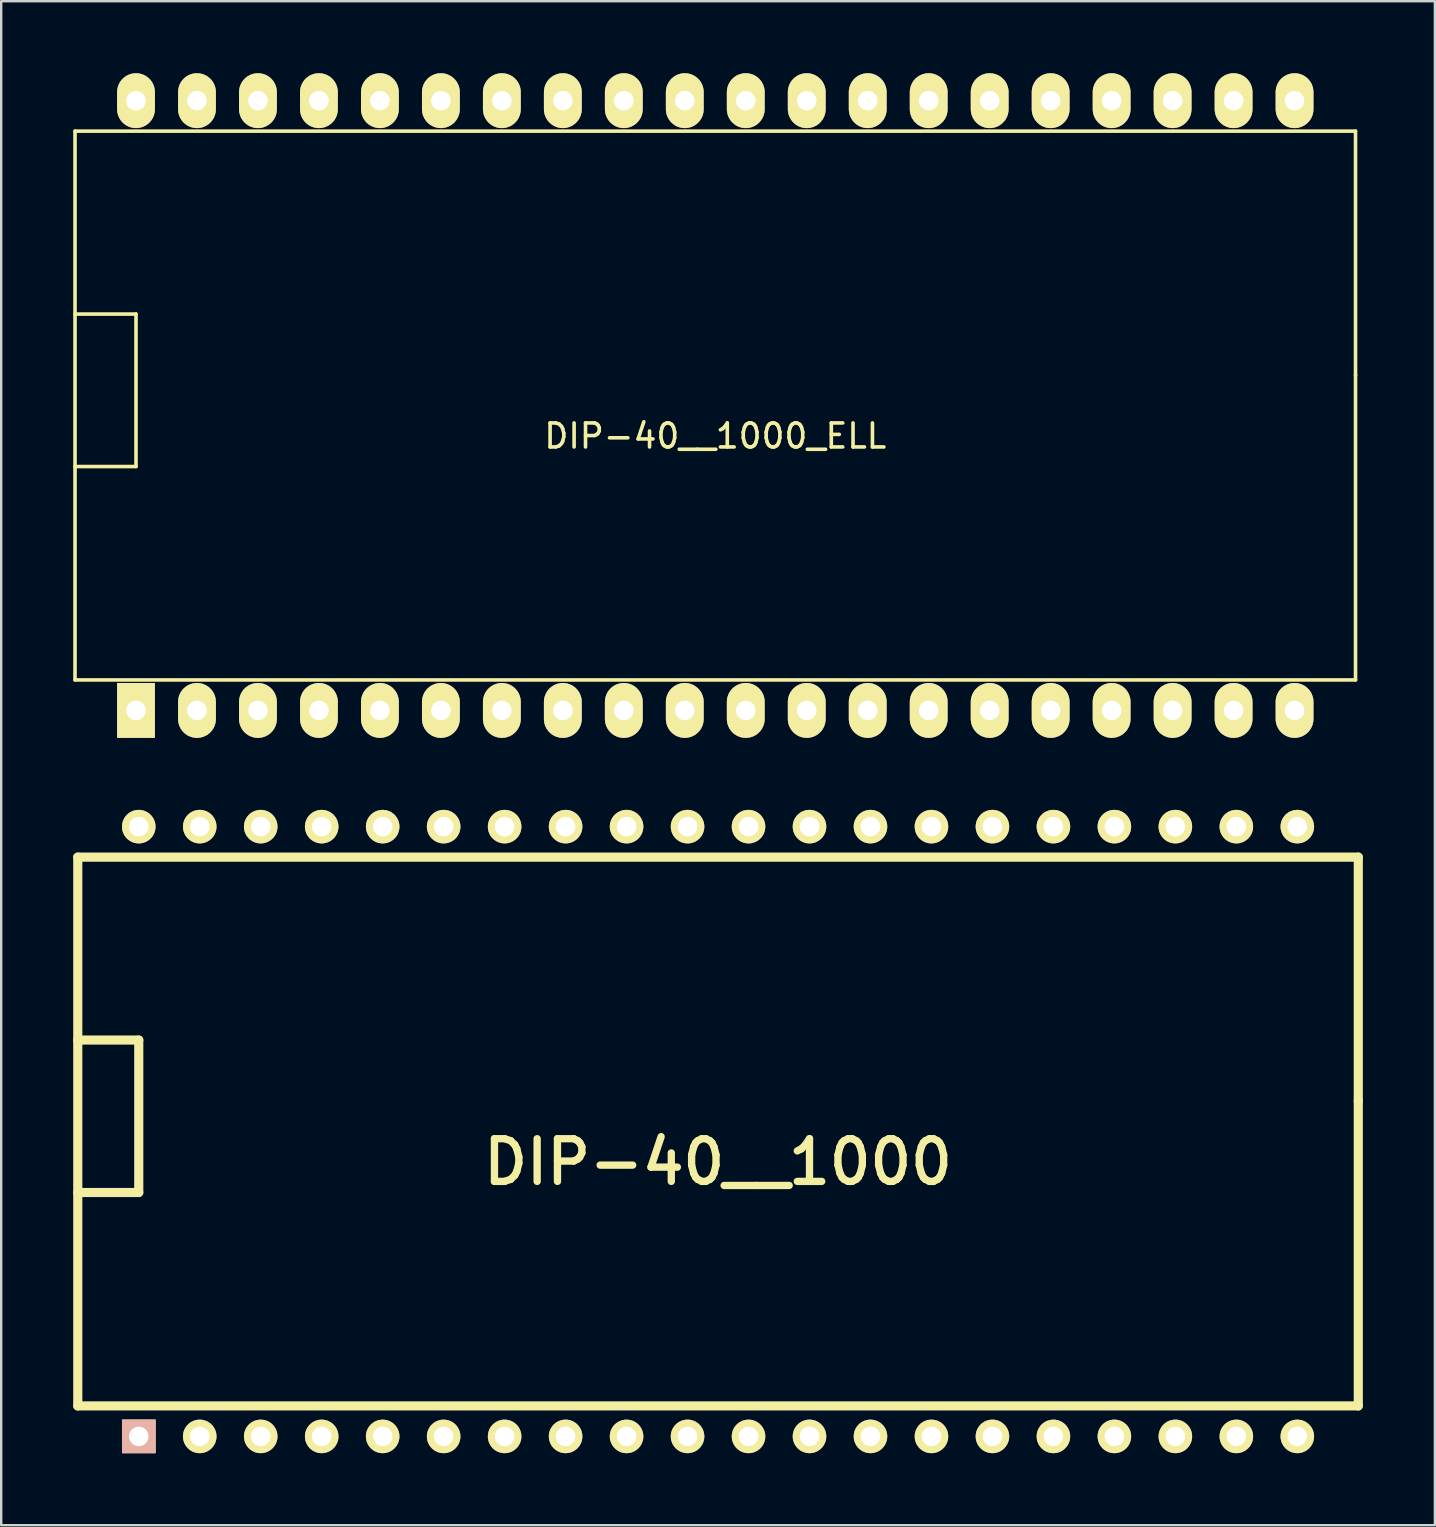
<source format=kicad_pcb>
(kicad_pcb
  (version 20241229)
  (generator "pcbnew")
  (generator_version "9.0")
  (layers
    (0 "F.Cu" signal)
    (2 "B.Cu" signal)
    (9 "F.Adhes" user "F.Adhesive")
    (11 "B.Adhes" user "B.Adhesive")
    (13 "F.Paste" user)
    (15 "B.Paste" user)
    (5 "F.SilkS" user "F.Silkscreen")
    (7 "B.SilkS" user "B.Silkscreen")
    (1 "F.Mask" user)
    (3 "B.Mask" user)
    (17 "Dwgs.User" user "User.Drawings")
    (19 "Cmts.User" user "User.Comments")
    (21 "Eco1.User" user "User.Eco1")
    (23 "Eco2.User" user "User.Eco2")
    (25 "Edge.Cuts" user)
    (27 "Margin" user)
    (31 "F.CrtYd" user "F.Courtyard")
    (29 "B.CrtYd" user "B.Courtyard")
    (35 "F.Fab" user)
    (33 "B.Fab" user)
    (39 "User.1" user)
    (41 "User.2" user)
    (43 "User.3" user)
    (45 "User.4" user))
  (footprint "DIP-40__1000_ELL"
    (layer "F.Cu")
    (at 26.745 13.843)
    (property "Reference" "DIP-40__1000_ELL" (at 0 1.27 0) (layer "F.SilkS") (effects (font (size 1 1) (thickness 0.15))))
    (attr through_hole)
    (fp_line (start -26.67 2.54) (end -24.13 2.54) (stroke (width 0.15) (type solid)) (layer "F.SilkS"))
    (fp_line (start -26.67 11.43) (end -26.67 -11.43) (stroke (width 0.15) (type solid)) (layer "F.SilkS"))
    (fp_line (start -24.13 -3.81) (end -26.67 -3.81) (stroke (width 0.15) (type solid)) (layer "F.SilkS"))
    (fp_line (start -24.13 2.54) (end -24.13 -3.81) (stroke (width 0.15) (type solid)) (layer "F.SilkS"))
    (fp_line (start 26.67 -11.43) (end -26.67 -11.43) (stroke (width 0.15) (type solid)) (layer "F.SilkS"))
    (fp_line (start 26.67 -1.27) (end 26.67 -11.43) (stroke (width 0.15) (type solid)) (layer "F.SilkS"))
    (fp_line (start 26.67 -1.27) (end 26.67 11.43) (stroke (width 0.15) (type solid)) (layer "F.SilkS"))
    (fp_line (start 26.67 11.43) (end -26.67 11.43) (stroke (width 0.15) (type solid)) (layer "F.SilkS"))
    (pad "1" thru_hole rect (at -24.13 12.7) (size 1.575 2.286) (drill 0.813) (layers "*.Cu" "*.Mask" "F.SilkS"))
    (pad "2" thru_hole oval (at -21.59 12.7) (size 1.575 2.286) (drill 0.813) (layers "*.Cu" "*.Mask" "F.SilkS"))
    (pad "3" thru_hole oval (at -19.05 12.7) (size 1.575 2.286) (drill 0.813) (layers "*.Cu" "*.Mask" "F.SilkS"))
    (pad "4" thru_hole oval (at -16.51 12.7) (size 1.575 2.286) (drill 0.813) (layers "*.Cu" "*.Mask" "F.SilkS"))
    (pad "5" thru_hole oval (at -13.97 12.7) (size 1.575 2.286) (drill 0.813) (layers "*.Cu" "*.Mask" "F.SilkS"))
    (pad "6" thru_hole oval (at -11.43 12.7) (size 1.575 2.286) (drill 0.813) (layers "*.Cu" "*.Mask" "F.SilkS"))
    (pad "7" thru_hole oval (at -8.89 12.7) (size 1.575 2.286) (drill 0.813) (layers "*.Cu" "*.Mask" "F.SilkS"))
    (pad "8" thru_hole oval (at -6.35 12.7) (size 1.575 2.286) (drill 0.813) (layers "*.Cu" "*.Mask" "F.SilkS"))
    (pad "9" thru_hole oval (at -3.81 12.7) (size 1.575 2.286) (drill 0.813) (layers "*.Cu" "*.Mask" "F.SilkS"))
    (pad "10" thru_hole oval (at -1.27 12.7) (size 1.575 2.286) (drill 0.813) (layers "*.Cu" "*.Mask" "F.SilkS"))
    (pad "11" thru_hole oval (at 1.27 12.7) (size 1.575 2.286) (drill 0.813) (layers "*.Cu" "*.Mask" "F.SilkS"))
    (pad "12" thru_hole oval (at 3.81 12.7) (size 1.575 2.286) (drill 0.813) (layers "*.Cu" "*.Mask" "F.SilkS"))
    (pad "13" thru_hole oval (at 6.35 12.7) (size 1.575 2.286) (drill 0.813) (layers "*.Cu" "*.Mask" "F.SilkS"))
    (pad "14" thru_hole oval (at 8.89 12.7) (size 1.575 2.286) (drill 0.813) (layers "*.Cu" "*.Mask" "F.SilkS"))
    (pad "15" thru_hole oval (at 11.43 12.7) (size 1.575 2.286) (drill 0.813) (layers "*.Cu" "*.Mask" "F.SilkS"))
    (pad "16" thru_hole oval (at 13.97 12.7) (size 1.575 2.286) (drill 0.813) (layers "*.Cu" "*.Mask" "F.SilkS"))
    (pad "17" thru_hole oval (at 16.51 12.7) (size 1.575 2.286) (drill 0.813) (layers "*.Cu" "*.Mask" "F.SilkS"))
    (pad "18" thru_hole oval (at 19.05 12.7) (size 1.575 2.286) (drill 0.813) (layers "*.Cu" "*.Mask" "F.SilkS"))
    (pad "19" thru_hole oval (at 21.59 12.7) (size 1.575 2.286) (drill 0.813) (layers "*.Cu" "*.Mask" "F.SilkS"))
    (pad "20" thru_hole oval (at 24.13 12.7) (size 1.575 2.286) (drill 0.813) (layers "*.Cu" "*.Mask" "F.SilkS"))
    (pad "21" thru_hole oval (at 24.13 -12.7) (size 1.575 2.286) (drill 0.813) (layers "*.Cu" "*.Mask" "F.SilkS"))
    (pad "22" thru_hole oval (at 21.59 -12.7) (size 1.575 2.286) (drill 0.813) (layers "*.Cu" "*.Mask" "F.SilkS"))
    (pad "23" thru_hole oval (at 19.05 -12.7) (size 1.575 2.286) (drill 0.813) (layers "*.Cu" "*.Mask" "F.SilkS"))
    (pad "24" thru_hole oval (at 16.51 -12.7) (size 1.575 2.286) (drill 0.813) (layers "*.Cu" "*.Mask" "F.SilkS"))
    (pad "25" thru_hole oval (at 13.97 -12.7) (size 1.575 2.286) (drill 0.813) (layers "*.Cu" "*.Mask" "F.SilkS"))
    (pad "26" thru_hole oval (at 11.43 -12.7) (size 1.575 2.286) (drill 0.813) (layers "*.Cu" "*.Mask" "F.SilkS"))
    (pad "27" thru_hole oval (at 8.89 -12.7) (size 1.575 2.286) (drill 0.813) (layers "*.Cu" "*.Mask" "F.SilkS"))
    (pad "28" thru_hole oval (at 6.35 -12.7) (size 1.575 2.286) (drill 0.813) (layers "*.Cu" "*.Mask" "F.SilkS"))
    (pad "29" thru_hole oval (at 3.81 -12.7) (size 1.575 2.286) (drill 0.813) (layers "*.Cu" "*.Mask" "F.SilkS"))
    (pad "30" thru_hole oval (at 1.27 -12.7) (size 1.575 2.286) (drill 0.813) (layers "*.Cu" "*.Mask" "F.SilkS"))
    (pad "31" thru_hole oval (at -1.27 -12.7) (size 1.575 2.286) (drill 0.813) (layers "*.Cu" "*.Mask" "F.SilkS"))
    (pad "32" thru_hole oval (at -3.81 -12.7) (size 1.575 2.286) (drill 0.813) (layers "*.Cu" "*.Mask" "F.SilkS"))
    (pad "33" thru_hole oval (at -6.35 -12.7) (size 1.575 2.286) (drill 0.813) (layers "*.Cu" "*.Mask" "F.SilkS"))
    (pad "34" thru_hole oval (at -8.89 -12.7) (size 1.575 2.286) (drill 0.813) (layers "*.Cu" "*.Mask" "F.SilkS"))
    (pad "35" thru_hole oval (at -11.43 -12.7) (size 1.575 2.286) (drill 0.813) (layers "*.Cu" "*.Mask" "F.SilkS"))
    (pad "36" thru_hole oval (at -13.97 -12.7) (size 1.575 2.286) (drill 0.813) (layers "*.Cu" "*.Mask" "F.SilkS"))
    (pad "37" thru_hole oval (at -16.51 -12.7) (size 1.575 2.286) (drill 0.813) (layers "*.Cu" "*.Mask" "F.SilkS"))
    (pad "38" thru_hole oval (at -19.05 -12.7) (size 1.575 2.286) (drill 0.813) (layers "*.Cu" "*.Mask" "F.SilkS"))
    (pad "39" thru_hole oval (at -21.59 -12.7) (size 1.575 2.286) (drill 0.813) (layers "*.Cu" "*.Mask" "F.SilkS"))
    (pad "40" thru_hole oval (at -24.13 -12.7) (size 1.575 2.286) (drill 0.813) (layers "*.Cu" "*.Mask" "F.SilkS")))
  (footprint "DIP-40__1000"
    (layer "F.Cu")
    (at 26.86 44.084)
    (property "Reference" "DIP-40__1000" (at 0 1.27 0) (layer "F.SilkS") (effects (font (size 1.778 1.778) (thickness 0.305))))
    (attr through_hole)
    (fp_line (start -26.67 2.54) (end -24.13 2.54) (stroke (width 0.381) (type solid)) (layer "F.SilkS"))
    (fp_line (start -26.67 11.43) (end -26.67 -11.43) (stroke (width 0.381) (type solid)) (layer "F.SilkS"))
    (fp_line (start -24.13 -3.81) (end -26.67 -3.81) (stroke (width 0.381) (type solid)) (layer "F.SilkS"))
    (fp_line (start -24.13 2.54) (end -24.13 -3.81) (stroke (width 0.381) (type solid)) (layer "F.SilkS"))
    (fp_line (start 26.67 -11.43) (end -26.67 -11.43) (stroke (width 0.381) (type solid)) (layer "F.SilkS"))
    (fp_line (start 26.67 -1.27) (end 26.67 -11.43) (stroke (width 0.381) (type solid)) (layer "F.SilkS"))
    (fp_line (start 26.67 -1.27) (end 26.67 11.43) (stroke (width 0.381) (type solid)) (layer "F.SilkS"))
    (fp_line (start 26.67 11.43) (end -26.67 11.43) (stroke (width 0.381) (type solid)) (layer "F.SilkS"))
    (pad "1" thru_hole rect (at -24.13 12.7) (size 1.397 1.397) (drill 0.813) (layers "*.Cu" "*.SilkS" "*.Mask"))
    (pad "2" thru_hole circle (at -21.59 12.7) (size 1.397 1.397) (drill 0.813) (layers "*.Cu" "*.Mask" "F.SilkS"))
    (pad "3" thru_hole circle (at -19.05 12.7) (size 1.397 1.397) (drill 0.813) (layers "*.Cu" "*.Mask" "F.SilkS"))
    (pad "4" thru_hole circle (at -16.51 12.7) (size 1.397 1.397) (drill 0.813) (layers "*.Cu" "*.Mask" "F.SilkS"))
    (pad "5" thru_hole circle (at -13.97 12.7) (size 1.397 1.397) (drill 0.813) (layers "*.Cu" "*.Mask" "F.SilkS"))
    (pad "6" thru_hole circle (at -11.43 12.7) (size 1.397 1.397) (drill 0.813) (layers "*.Cu" "*.Mask" "F.SilkS"))
    (pad "7" thru_hole circle (at -8.89 12.7) (size 1.397 1.397) (drill 0.813) (layers "*.Cu" "*.Mask" "F.SilkS"))
    (pad "8" thru_hole circle (at -6.35 12.7) (size 1.397 1.397) (drill 0.813) (layers "*.Cu" "*.Mask" "F.SilkS"))
    (pad "9" thru_hole circle (at -3.81 12.7) (size 1.397 1.397) (drill 0.813) (layers "*.Cu" "*.Mask" "F.SilkS"))
    (pad "10" thru_hole circle (at -1.27 12.7) (size 1.397 1.397) (drill 0.813) (layers "*.Cu" "*.Mask" "F.SilkS"))
    (pad "11" thru_hole circle (at 1.27 12.7) (size 1.397 1.397) (drill 0.813) (layers "*.Cu" "*.Mask" "F.SilkS"))
    (pad "12" thru_hole circle (at 3.81 12.7) (size 1.397 1.397) (drill 0.813) (layers "*.Cu" "*.Mask" "F.SilkS"))
    (pad "13" thru_hole circle (at 6.35 12.7) (size 1.397 1.397) (drill 0.813) (layers "*.Cu" "*.Mask" "F.SilkS"))
    (pad "14" thru_hole circle (at 8.89 12.7) (size 1.397 1.397) (drill 0.813) (layers "*.Cu" "*.Mask" "F.SilkS"))
    (pad "15" thru_hole circle (at 11.43 12.7) (size 1.397 1.397) (drill 0.813) (layers "*.Cu" "*.Mask" "F.SilkS"))
    (pad "16" thru_hole circle (at 13.97 12.7) (size 1.397 1.397) (drill 0.813) (layers "*.Cu" "*.Mask" "F.SilkS"))
    (pad "17" thru_hole circle (at 16.51 12.7) (size 1.397 1.397) (drill 0.813) (layers "*.Cu" "*.Mask" "F.SilkS"))
    (pad "18" thru_hole circle (at 19.05 12.7) (size 1.397 1.397) (drill 0.813) (layers "*.Cu" "*.Mask" "F.SilkS"))
    (pad "19" thru_hole circle (at 21.59 12.7) (size 1.397 1.397) (drill 0.813) (layers "*.Cu" "*.Mask" "F.SilkS"))
    (pad "20" thru_hole circle (at 24.13 12.7) (size 1.397 1.397) (drill 0.813) (layers "*.Cu" "*.Mask" "F.SilkS"))
    (pad "21" thru_hole circle (at 24.13 -12.7) (size 1.397 1.397) (drill 0.813) (layers "*.Cu" "*.Mask" "F.SilkS"))
    (pad "22" thru_hole circle (at 21.59 -12.7) (size 1.397 1.397) (drill 0.813) (layers "*.Cu" "*.Mask" "F.SilkS"))
    (pad "23" thru_hole circle (at 19.05 -12.7) (size 1.397 1.397) (drill 0.813) (layers "*.Cu" "*.Mask" "F.SilkS"))
    (pad "24" thru_hole circle (at 16.51 -12.7) (size 1.397 1.397) (drill 0.813) (layers "*.Cu" "*.Mask" "F.SilkS"))
    (pad "25" thru_hole circle (at 13.97 -12.7) (size 1.397 1.397) (drill 0.813) (layers "*.Cu" "*.Mask" "F.SilkS"))
    (pad "26" thru_hole circle (at 11.43 -12.7) (size 1.397 1.397) (drill 0.813) (layers "*.Cu" "*.Mask" "F.SilkS"))
    (pad "27" thru_hole circle (at 8.89 -12.7) (size 1.397 1.397) (drill 0.813) (layers "*.Cu" "*.Mask" "F.SilkS"))
    (pad "28" thru_hole circle (at 6.35 -12.7) (size 1.397 1.397) (drill 0.813) (layers "*.Cu" "*.Mask" "F.SilkS"))
    (pad "29" thru_hole circle (at 3.81 -12.7) (size 1.397 1.397) (drill 0.813) (layers "*.Cu" "*.Mask" "F.SilkS"))
    (pad "30" thru_hole circle (at 1.27 -12.7) (size 1.397 1.397) (drill 0.813) (layers "*.Cu" "*.Mask" "F.SilkS"))
    (pad "31" thru_hole circle (at -1.27 -12.7) (size 1.397 1.397) (drill 0.813) (layers "*.Cu" "*.Mask" "F.SilkS"))
    (pad "32" thru_hole circle (at -3.81 -12.7) (size 1.397 1.397) (drill 0.813) (layers "*.Cu" "*.Mask" "F.SilkS"))
    (pad "33" thru_hole circle (at -6.35 -12.7) (size 1.397 1.397) (drill 0.813) (layers "*.Cu" "*.Mask" "F.SilkS"))
    (pad "34" thru_hole circle (at -8.89 -12.7) (size 1.397 1.397) (drill 0.813) (layers "*.Cu" "*.Mask" "F.SilkS"))
    (pad "35" thru_hole circle (at -11.43 -12.7) (size 1.397 1.397) (drill 0.813) (layers "*.Cu" "*.Mask" "F.SilkS"))
    (pad "36" thru_hole circle (at -13.97 -12.7) (size 1.397 1.397) (drill 0.813) (layers "*.Cu" "*.Mask" "F.SilkS"))
    (pad "37" thru_hole circle (at -16.51 -12.7) (size 1.397 1.397) (drill 0.813) (layers "*.Cu" "*.Mask" "F.SilkS"))
    (pad "38" thru_hole circle (at -19.05 -12.7) (size 1.397 1.397) (drill 0.813) (layers "*.Cu" "*.Mask" "F.SilkS"))
    (pad "39" thru_hole circle (at -21.59 -12.7) (size 1.397 1.397) (drill 0.813) (layers "*.Cu" "*.Mask" "F.SilkS"))
    (pad "40" thru_hole circle (at -24.13 -12.7) (size 1.397 1.397) (drill 0.813) (layers "*.Cu" "*.Mask" "F.SilkS")))
  (gr_rect
    (start -3 -3)
    (end 56.721 60.483)
    (stroke (width 0.1) (type default))
    (fill no)
    (layer "Edge.Cuts")))
</source>
